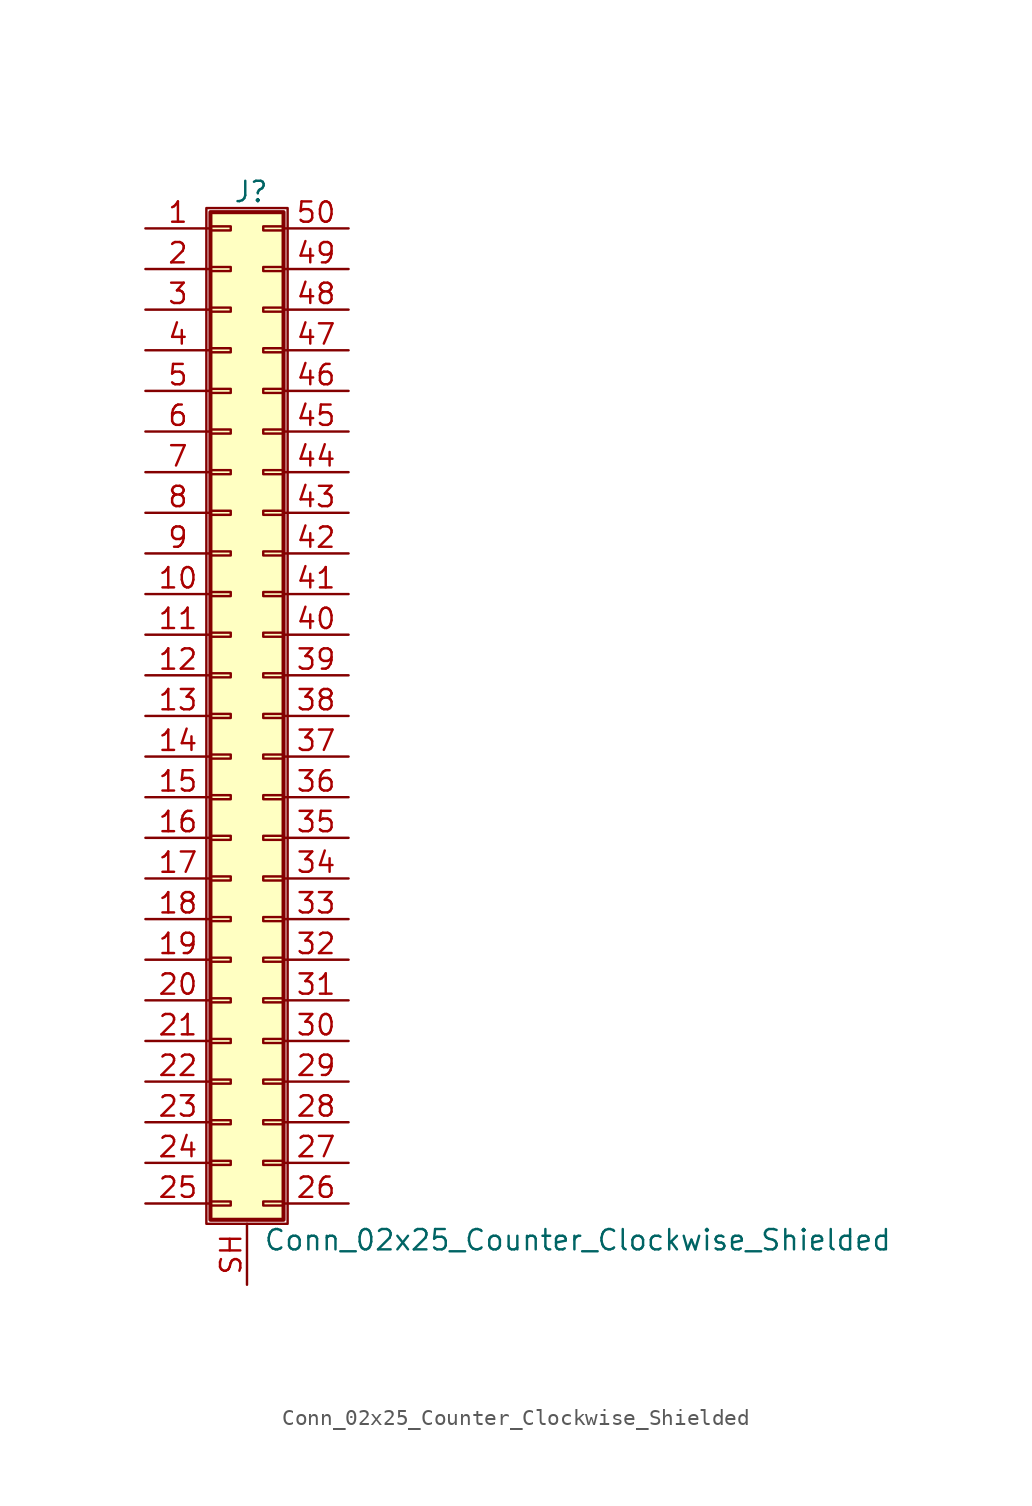
<source format=kicad_sym>
(kicad_symbol_lib
  (version 20211014)
  (generator kicad_symbol_editor)
  (symbol "Conn_02x25_Counter_Clockwise_Shielded"
    (pin_names
      (offset 1.016) hide)
    (property "Reference" "J"
      (at 1.524 32.766 0)
      (effects (font (size 1.27 1.27))))
    (property "Value" "Conn_02x25_Counter_Clockwise_Shielded"
      (at 2.286 -32.766 0)
      (effects (font (size 1.27 1.27)) (justify left)))
    (symbol "Conn_02x25_Counter_Clockwise_Shielded_1_1"
      (rectangle (start -1.27 31.75) (end 3.81 -31.75) (stroke (width 0.152) (type default) (color 0 0 0 0)) (fill (type none)))
      (rectangle (start -1.016 -30.353) (end 0.254 -30.607) (stroke (width 0.152) (type default) (color 0 0 0 0)) (fill (type none)))
      (rectangle (start -1.016 -27.813) (end 0.254 -28.067) (stroke (width 0.152) (type default) (color 0 0 0 0)) (fill (type none)))
      (rectangle (start -1.016 -25.273) (end 0.254 -25.527) (stroke (width 0.152) (type default) (color 0 0 0 0)) (fill (type none)))
      (rectangle (start -1.016 -22.733) (end 0.254 -22.987) (stroke (width 0.152) (type default) (color 0 0 0 0)) (fill (type none)))
      (rectangle (start -1.016 -20.193) (end 0.254 -20.447) (stroke (width 0.152) (type default) (color 0 0 0 0)) (fill (type none)))
      (rectangle (start -1.016 -17.653) (end 0.254 -17.907) (stroke (width 0.152) (type default) (color 0 0 0 0)) (fill (type none)))
      (rectangle (start -1.016 -15.113) (end 0.254 -15.367) (stroke (width 0.152) (type default) (color 0 0 0 0)) (fill (type none)))
      (rectangle (start -1.016 -12.573) (end 0.254 -12.827) (stroke (width 0.152) (type default) (color 0 0 0 0)) (fill (type none)))
      (rectangle (start -1.016 -10.033) (end 0.254 -10.287) (stroke (width 0.152) (type default) (color 0 0 0 0)) (fill (type none)))
      (rectangle (start -1.016 -7.493) (end 0.254 -7.747) (stroke (width 0.152) (type default) (color 0 0 0 0)) (fill (type none)))
      (rectangle (start -1.016 -4.953) (end 0.254 -5.207) (stroke (width 0.152) (type default) (color 0 0 0 0)) (fill (type none)))
      (rectangle (start -1.016 -2.413) (end 0.254 -2.667) (stroke (width 0.152) (type default) (color 0 0 0 0)) (fill (type none)))
      (rectangle (start -1.016 0.127) (end 0.254 -0.127) (stroke (width 0.152) (type default) (color 0 0 0 0)) (fill (type none)))
      (rectangle (start -1.016 2.667) (end 0.254 2.413) (stroke (width 0.152) (type default) (color 0 0 0 0)) (fill (type none)))
      (rectangle (start -1.016 5.207) (end 0.254 4.953) (stroke (width 0.152) (type default) (color 0 0 0 0)) (fill (type none)))
      (rectangle (start -1.016 7.747) (end 0.254 7.493) (stroke (width 0.152) (type default) (color 0 0 0 0)) (fill (type none)))
      (rectangle (start -1.016 10.287) (end 0.254 10.033) (stroke (width 0.152) (type default) (color 0 0 0 0)) (fill (type none)))
      (rectangle (start -1.016 12.827) (end 0.254 12.573) (stroke (width 0.152) (type default) (color 0 0 0 0)) (fill (type none)))
      (rectangle (start -1.016 15.367) (end 0.254 15.113) (stroke (width 0.152) (type default) (color 0 0 0 0)) (fill (type none)))
      (rectangle (start -1.016 17.907) (end 0.254 17.653) (stroke (width 0.152) (type default) (color 0 0 0 0)) (fill (type none)))
      (rectangle (start -1.016 20.447) (end 0.254 20.193) (stroke (width 0.152) (type default) (color 0 0 0 0)) (fill (type none)))
      (rectangle (start -1.016 22.987) (end 0.254 22.733) (stroke (width 0.152) (type default) (color 0 0 0 0)) (fill (type none)))
      (rectangle (start -1.016 25.527) (end 0.254 25.273) (stroke (width 0.152) (type default) (color 0 0 0 0)) (fill (type none)))
      (rectangle (start -1.016 28.067) (end 0.254 27.813) (stroke (width 0.152) (type default) (color 0 0 0 0)) (fill (type none)))
      (rectangle (start -1.016 30.607) (end 0.254 30.353) (stroke (width 0.152) (type default) (color 0 0 0 0)) (fill (type none)))
      (rectangle (start -1.016 31.496) (end 3.556 -31.496) (stroke (width 0.254) (type default) (color 0 0 0 0)) (fill (type background)))
      (rectangle (start 3.556 -30.353) (end 2.286 -30.607) (stroke (width 0.152) (type default) (color 0 0 0 0)) (fill (type none)))
      (rectangle (start 3.556 -27.813) (end 2.286 -28.067) (stroke (width 0.152) (type default) (color 0 0 0 0)) (fill (type none)))
      (rectangle (start 3.556 -25.273) (end 2.286 -25.527) (stroke (width 0.152) (type default) (color 0 0 0 0)) (fill (type none)))
      (rectangle (start 3.556 -22.733) (end 2.286 -22.987) (stroke (width 0.152) (type default) (color 0 0 0 0)) (fill (type none)))
      (rectangle (start 3.556 -20.193) (end 2.286 -20.447) (stroke (width 0.152) (type default) (color 0 0 0 0)) (fill (type none)))
      (rectangle (start 3.556 -17.653) (end 2.286 -17.907) (stroke (width 0.152) (type default) (color 0 0 0 0)) (fill (type none)))
      (rectangle (start 3.556 -15.113) (end 2.286 -15.367) (stroke (width 0.152) (type default) (color 0 0 0 0)) (fill (type none)))
      (rectangle (start 3.556 -12.573) (end 2.286 -12.827) (stroke (width 0.152) (type default) (color 0 0 0 0)) (fill (type none)))
      (rectangle (start 3.556 -10.033) (end 2.286 -10.287) (stroke (width 0.152) (type default) (color 0 0 0 0)) (fill (type none)))
      (rectangle (start 3.556 -7.493) (end 2.286 -7.747) (stroke (width 0.152) (type default) (color 0 0 0 0)) (fill (type none)))
      (rectangle (start 3.556 -4.953) (end 2.286 -5.207) (stroke (width 0.152) (type default) (color 0 0 0 0)) (fill (type none)))
      (rectangle (start 3.556 -2.413) (end 2.286 -2.667) (stroke (width 0.152) (type default) (color 0 0 0 0)) (fill (type none)))
      (rectangle (start 3.556 0.127) (end 2.286 -0.127) (stroke (width 0.152) (type default) (color 0 0 0 0)) (fill (type none)))
      (rectangle (start 3.556 2.667) (end 2.286 2.413) (stroke (width 0.152) (type default) (color 0 0 0 0)) (fill (type none)))
      (rectangle (start 3.556 5.207) (end 2.286 4.953) (stroke (width 0.152) (type default) (color 0 0 0 0)) (fill (type none)))
      (rectangle (start 3.556 7.747) (end 2.286 7.493) (stroke (width 0.152) (type default) (color 0 0 0 0)) (fill (type none)))
      (rectangle (start 3.556 10.287) (end 2.286 10.033) (stroke (width 0.152) (type default) (color 0 0 0 0)) (fill (type none)))
      (rectangle (start 3.556 12.827) (end 2.286 12.573) (stroke (width 0.152) (type default) (color 0 0 0 0)) (fill (type none)))
      (rectangle (start 3.556 15.367) (end 2.286 15.113) (stroke (width 0.152) (type default) (color 0 0 0 0)) (fill (type none)))
      (rectangle (start 3.556 17.907) (end 2.286 17.653) (stroke (width 0.152) (type default) (color 0 0 0 0)) (fill (type none)))
      (rectangle (start 3.556 20.447) (end 2.286 20.193) (stroke (width 0.152) (type default) (color 0 0 0 0)) (fill (type none)))
      (rectangle (start 3.556 22.987) (end 2.286 22.733) (stroke (width 0.152) (type default) (color 0 0 0 0)) (fill (type none)))
      (rectangle (start 3.556 25.527) (end 2.286 25.273) (stroke (width 0.152) (type default) (color 0 0 0 0)) (fill (type none)))
      (rectangle (start 3.556 28.067) (end 2.286 27.813) (stroke (width 0.152) (type default) (color 0 0 0 0)) (fill (type none)))
      (rectangle (start 3.556 30.607) (end 2.286 30.353) (stroke (width 0.152) (type default) (color 0 0 0 0)) (fill (type none)))
      (pin passive line (at -5.08 30.48 0) (length 4.064) (name "Pin_1" (effects (font (size 1.27 1.27)))) (number "1" (effects (font (size 1.27 1.27)))))
      (pin passive line (at -5.08 7.62 0) (length 4.064) (name "Pin_10" (effects (font (size 1.27 1.27)))) (number "10" (effects (font (size 1.27 1.27)))))
      (pin passive line (at -5.08 5.08 0) (length 4.064) (name "Pin_11" (effects (font (size 1.27 1.27)))) (number "11" (effects (font (size 1.27 1.27)))))
      (pin passive line (at -5.08 2.54 0) (length 4.064) (name "Pin_12" (effects (font (size 1.27 1.27)))) (number "12" (effects (font (size 1.27 1.27)))))
      (pin passive line (at -5.08 0 0) (length 4.064) (name "Pin_13" (effects (font (size 1.27 1.27)))) (number "13" (effects (font (size 1.27 1.27)))))
      (pin passive line (at -5.08 -2.54 0) (length 4.064) (name "Pin_14" (effects (font (size 1.27 1.27)))) (number "14" (effects (font (size 1.27 1.27)))))
      (pin passive line (at -5.08 -5.08 0) (length 4.064) (name "Pin_15" (effects (font (size 1.27 1.27)))) (number "15" (effects (font (size 1.27 1.27)))))
      (pin passive line (at -5.08 -7.62 0) (length 4.064) (name "Pin_16" (effects (font (size 1.27 1.27)))) (number "16" (effects (font (size 1.27 1.27)))))
      (pin passive line (at -5.08 -10.16 0) (length 4.064) (name "Pin_17" (effects (font (size 1.27 1.27)))) (number "17" (effects (font (size 1.27 1.27)))))
      (pin passive line (at -5.08 -12.7 0) (length 4.064) (name "Pin_18" (effects (font (size 1.27 1.27)))) (number "18" (effects (font (size 1.27 1.27)))))
      (pin passive line (at -5.08 -15.24 0) (length 4.064) (name "Pin_19" (effects (font (size 1.27 1.27)))) (number "19" (effects (font (size 1.27 1.27)))))
      (pin passive line (at -5.08 27.94 0) (length 4.064) (name "Pin_2" (effects (font (size 1.27 1.27)))) (number "2" (effects (font (size 1.27 1.27)))))
      (pin passive line (at -5.08 -17.78 0) (length 4.064) (name "Pin_20" (effects (font (size 1.27 1.27)))) (number "20" (effects (font (size 1.27 1.27)))))
      (pin passive line (at -5.08 -20.32 0) (length 4.064) (name "Pin_21" (effects (font (size 1.27 1.27)))) (number "21" (effects (font (size 1.27 1.27)))))
      (pin passive line (at -5.08 -22.86 0) (length 4.064) (name "Pin_22" (effects (font (size 1.27 1.27)))) (number "22" (effects (font (size 1.27 1.27)))))
      (pin passive line (at -5.08 -25.4 0) (length 4.064) (name "Pin_23" (effects (font (size 1.27 1.27)))) (number "23" (effects (font (size 1.27 1.27)))))
      (pin passive line (at -5.08 -27.94 0) (length 4.064) (name "Pin_24" (effects (font (size 1.27 1.27)))) (number "24" (effects (font (size 1.27 1.27)))))
      (pin passive line (at -5.08 -30.48 0) (length 4.064) (name "Pin_25" (effects (font (size 1.27 1.27)))) (number "25" (effects (font (size 1.27 1.27)))))
      (pin passive line (at 7.62 -30.48 180) (length 4.064) (name "Pin_26" (effects (font (size 1.27 1.27)))) (number "26" (effects (font (size 1.27 1.27)))))
      (pin passive line (at 7.62 -27.94 180) (length 4.064) (name "Pin_27" (effects (font (size 1.27 1.27)))) (number "27" (effects (font (size 1.27 1.27)))))
      (pin passive line (at 7.62 -25.4 180) (length 4.064) (name "Pin_28" (effects (font (size 1.27 1.27)))) (number "28" (effects (font (size 1.27 1.27)))))
      (pin passive line (at 7.62 -22.86 180) (length 4.064) (name "Pin_29" (effects (font (size 1.27 1.27)))) (number "29" (effects (font (size 1.27 1.27)))))
      (pin passive line (at -5.08 25.4 0) (length 4.064) (name "Pin_3" (effects (font (size 1.27 1.27)))) (number "3" (effects (font (size 1.27 1.27)))))
      (pin passive line (at 7.62 -20.32 180) (length 4.064) (name "Pin_30" (effects (font (size 1.27 1.27)))) (number "30" (effects (font (size 1.27 1.27)))))
      (pin passive line (at 7.62 -17.78 180) (length 4.064) (name "Pin_31" (effects (font (size 1.27 1.27)))) (number "31" (effects (font (size 1.27 1.27)))))
      (pin passive line (at 7.62 -15.24 180) (length 4.064) (name "Pin_32" (effects (font (size 1.27 1.27)))) (number "32" (effects (font (size 1.27 1.27)))))
      (pin passive line (at 7.62 -12.7 180) (length 4.064) (name "Pin_33" (effects (font (size 1.27 1.27)))) (number "33" (effects (font (size 1.27 1.27)))))
      (pin passive line (at 7.62 -10.16 180) (length 4.064) (name "Pin_34" (effects (font (size 1.27 1.27)))) (number "34" (effects (font (size 1.27 1.27)))))
      (pin passive line (at 7.62 -7.62 180) (length 4.064) (name "Pin_35" (effects (font (size 1.27 1.27)))) (number "35" (effects (font (size 1.27 1.27)))))
      (pin passive line (at 7.62 -5.08 180) (length 4.064) (name "Pin_36" (effects (font (size 1.27 1.27)))) (number "36" (effects (font (size 1.27 1.27)))))
      (pin passive line (at 7.62 -2.54 180) (length 4.064) (name "Pin_37" (effects (font (size 1.27 1.27)))) (number "37" (effects (font (size 1.27 1.27)))))
      (pin passive line (at 7.62 0 180) (length 4.064) (name "Pin_38" (effects (font (size 1.27 1.27)))) (number "38" (effects (font (size 1.27 1.27)))))
      (pin passive line (at 7.62 2.54 180) (length 4.064) (name "Pin_39" (effects (font (size 1.27 1.27)))) (number "39" (effects (font (size 1.27 1.27)))))
      (pin passive line (at -5.08 22.86 0) (length 4.064) (name "Pin_4" (effects (font (size 1.27 1.27)))) (number "4" (effects (font (size 1.27 1.27)))))
      (pin passive line (at 7.62 5.08 180) (length 4.064) (name "Pin_40" (effects (font (size 1.27 1.27)))) (number "40" (effects (font (size 1.27 1.27)))))
      (pin passive line (at 7.62 7.62 180) (length 4.064) (name "Pin_41" (effects (font (size 1.27 1.27)))) (number "41" (effects (font (size 1.27 1.27)))))
      (pin passive line (at 7.62 10.16 180) (length 4.064) (name "Pin_42" (effects (font (size 1.27 1.27)))) (number "42" (effects (font (size 1.27 1.27)))))
      (pin passive line (at 7.62 12.7 180) (length 4.064) (name "Pin_43" (effects (font (size 1.27 1.27)))) (number "43" (effects (font (size 1.27 1.27)))))
      (pin passive line (at 7.62 15.24 180) (length 4.064) (name "Pin_44" (effects (font (size 1.27 1.27)))) (number "44" (effects (font (size 1.27 1.27)))))
      (pin passive line (at 7.62 17.78 180) (length 4.064) (name "Pin_45" (effects (font (size 1.27 1.27)))) (number "45" (effects (font (size 1.27 1.27)))))
      (pin passive line (at 7.62 20.32 180) (length 4.064) (name "Pin_46" (effects (font (size 1.27 1.27)))) (number "46" (effects (font (size 1.27 1.27)))))
      (pin passive line (at 7.62 22.86 180) (length 4.064) (name "Pin_47" (effects (font (size 1.27 1.27)))) (number "47" (effects (font (size 1.27 1.27)))))
      (pin passive line (at 7.62 25.4 180) (length 4.064) (name "Pin_48" (effects (font (size 1.27 1.27)))) (number "48" (effects (font (size 1.27 1.27)))))
      (pin passive line (at 7.62 27.94 180) (length 4.064) (name "Pin_49" (effects (font (size 1.27 1.27)))) (number "49" (effects (font (size 1.27 1.27)))))
      (pin passive line (at -5.08 20.32 0) (length 4.064) (name "Pin_5" (effects (font (size 1.27 1.27)))) (number "5" (effects (font (size 1.27 1.27)))))
      (pin passive line (at 7.62 30.48 180) (length 4.064) (name "Pin_50" (effects (font (size 1.27 1.27)))) (number "50" (effects (font (size 1.27 1.27)))))
      (pin passive line (at -5.08 17.78 0) (length 4.064) (name "Pin_6" (effects (font (size 1.27 1.27)))) (number "6" (effects (font (size 1.27 1.27)))))
      (pin passive line (at -5.08 15.24 0) (length 4.064) (name "Pin_7" (effects (font (size 1.27 1.27)))) (number "7" (effects (font (size 1.27 1.27)))))
      (pin passive line (at -5.08 12.7 0) (length 4.064) (name "Pin_8" (effects (font (size 1.27 1.27)))) (number "8" (effects (font (size 1.27 1.27)))))
      (pin passive line (at -5.08 10.16 0) (length 4.064) (name "Pin_9" (effects (font (size 1.27 1.27)))) (number "9" (effects (font (size 1.27 1.27)))))
      (pin passive line (at 1.27 -35.56 90) (length 3.81) (name "Shield" (effects (font (size 1.27 1.27)))) (number "SH" (effects (font (size 1.27 1.27))))))))
</source>
